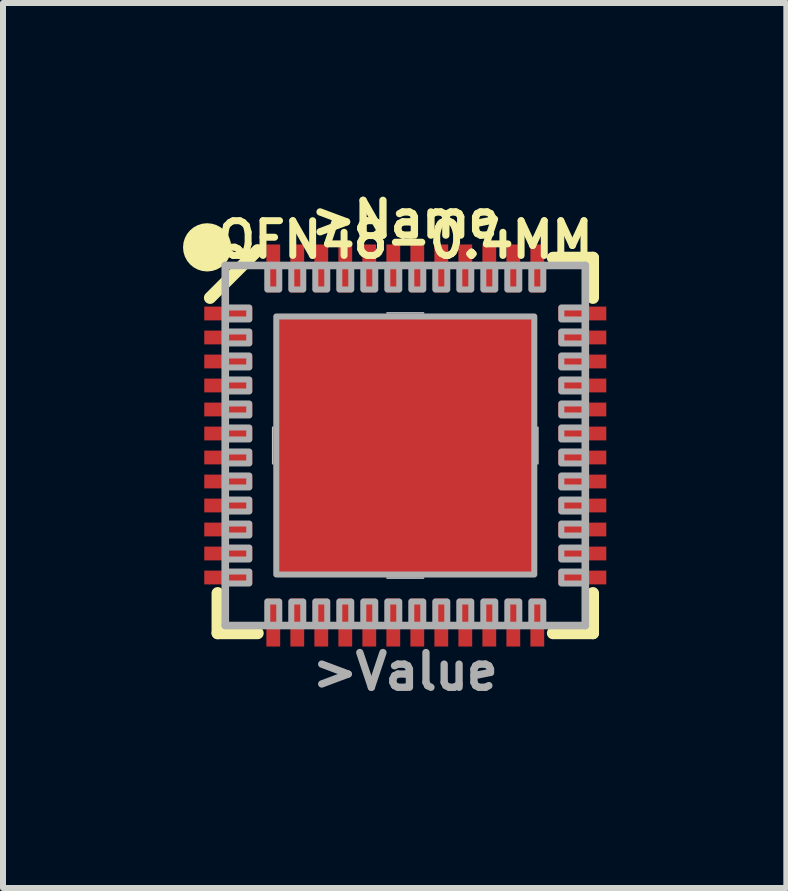
<source format=kicad_pcb>
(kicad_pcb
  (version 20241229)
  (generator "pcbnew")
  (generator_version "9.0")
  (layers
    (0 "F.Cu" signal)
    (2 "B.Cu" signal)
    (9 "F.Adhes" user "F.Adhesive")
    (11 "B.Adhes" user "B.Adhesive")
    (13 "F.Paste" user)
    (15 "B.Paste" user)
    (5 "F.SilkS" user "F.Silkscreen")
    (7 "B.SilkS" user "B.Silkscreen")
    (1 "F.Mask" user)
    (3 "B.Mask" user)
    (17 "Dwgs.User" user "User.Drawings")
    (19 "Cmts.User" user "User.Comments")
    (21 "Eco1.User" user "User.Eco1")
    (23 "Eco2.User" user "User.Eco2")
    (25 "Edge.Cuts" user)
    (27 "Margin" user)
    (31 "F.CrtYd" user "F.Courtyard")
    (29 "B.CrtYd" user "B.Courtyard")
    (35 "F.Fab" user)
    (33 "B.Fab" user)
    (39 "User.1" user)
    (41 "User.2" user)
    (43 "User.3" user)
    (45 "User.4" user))
  (footprint "QFN48-0.4MM"
    (layer "F.Cu")
    (at 3.704 4.374)
    (property "Reference" "QFN48-0.4MM" (at 0 -3.429 0) (layer "F.SilkS") (effects (font (size 0.579 0.579) (thickness 0.116))))
    (attr through_hole)
    (fp_line (start -3.127 2.461) (end -3.127 3.127) (stroke (width 0.203) (type solid)) (layer "F.SilkS"))
    (fp_line (start -3.127 3.127) (end -2.461 3.127) (stroke (width 0.203) (type solid)) (layer "F.SilkS"))
    (fp_line (start -2.461 -3.254) (end -3.254 -2.461) (stroke (width 0.203) (type solid)) (layer "F.SilkS"))
    (fp_line (start 2.461 3.127) (end 3.127 3.127) (stroke (width 0.203) (type solid)) (layer "F.SilkS"))
    (fp_line (start 3.127 -3.127) (end 2.461 -3.127) (stroke (width 0.203) (type solid)) (layer "F.SilkS"))
    (fp_line (start 3.127 -2.461) (end 3.127 -3.127) (stroke (width 0.203) (type solid)) (layer "F.SilkS"))
    (fp_line (start 3.127 3.127) (end 3.127 2.461) (stroke (width 0.203) (type solid)) (layer "F.SilkS"))
    (fp_circle (center -3.302 -3.302) (end -3.101 -3.302) (stroke (width 0.402) (type solid)) (fill no) (layer "F.SilkS"))
    (fp_poly (pts (xy -0.315 0.315) (xy -1.835 0.315) (xy -1.835 1.835) (xy -0.315 1.835)) (stroke (width 0) (type solid)) (fill yes) (layer "F.Paste"))
    (fp_poly (pts (xy -0.315 -0.315) (xy -0.315 -1.835) (xy -1.835 -1.835) (xy -1.835 -0.315)) (stroke (width 0) (type solid)) (fill yes) (layer "F.Paste"))
    (fp_poly (pts (xy 0.315 0.315) (xy 0.315 1.835) (xy 1.835 1.835) (xy 1.835 0.315)) (stroke (width 0) (type solid)) (fill yes) (layer "F.Paste"))
    (fp_poly (pts (xy 0.315 -0.315) (xy 1.835 -0.315) (xy 1.835 -1.835) (xy 0.315 -1.835)) (stroke (width 0) (type solid)) (fill yes) (layer "F.Paste"))
    (fp_line (start -2.21 0.305) (end -2.21 -0.305) (stroke (width 0.025) (type solid)) (layer "Dwgs.User"))
    (fp_line (start -0.305 -2.21) (end 0.305 -2.21) (stroke (width 0.025) (type solid)) (layer "Dwgs.User"))
    (fp_line (start 0.305 2.21) (end -0.305 2.21) (stroke (width 0.025) (type solid)) (layer "Dwgs.User"))
    (fp_line (start 2.21 -0.305) (end 2.21 0.305) (stroke (width 0.025) (type solid)) (layer "Dwgs.User"))
    (fp_line (start -3 -3) (end -3 3) (stroke (width 0.127) (type solid)) (layer "F.Fab"))
    (fp_line (start -3 3) (end 3 3) (stroke (width 0.127) (type solid)) (layer "F.Fab"))
    (fp_line (start 3 -3) (end -3 -3) (stroke (width 0.127) (type solid)) (layer "F.Fab"))
    (fp_line (start 3 3) (end 3 -3) (stroke (width 0.127) (type solid)) (layer "F.Fab"))
    (fp_poly (pts (xy -3 -2.1) (xy -2.6 -2.1) (xy -2.6 -2.3) (xy -3 -2.3)) (stroke (width 0.1) (type solid)) (fill no) (layer "F.Fab"))
    (fp_poly (pts (xy -3 -1.7) (xy -2.6 -1.7) (xy -2.6 -1.9) (xy -3 -1.9)) (stroke (width 0.1) (type solid)) (fill no) (layer "F.Fab"))
    (fp_poly (pts (xy -3 -1.3) (xy -2.6 -1.3) (xy -2.6 -1.5) (xy -3 -1.5)) (stroke (width 0.1) (type solid)) (fill no) (layer "F.Fab"))
    (fp_poly (pts (xy -3 -0.9) (xy -2.6 -0.9) (xy -2.6 -1.1) (xy -3 -1.1)) (stroke (width 0.1) (type solid)) (fill no) (layer "F.Fab"))
    (fp_poly (pts (xy -3 -0.5) (xy -2.6 -0.5) (xy -2.6 -0.7) (xy -3 -0.7)) (stroke (width 0.1) (type solid)) (fill no) (layer "F.Fab"))
    (fp_poly (pts (xy -3 -0.1) (xy -2.6 -0.1) (xy -2.6 -0.3) (xy -3 -0.3)) (stroke (width 0.1) (type solid)) (fill no) (layer "F.Fab"))
    (fp_poly (pts (xy -3 0.3) (xy -2.6 0.3) (xy -2.6 0.1) (xy -3 0.1)) (stroke (width 0.1) (type solid)) (fill no) (layer "F.Fab"))
    (fp_poly (pts (xy -3 0.7) (xy -2.6 0.7) (xy -2.6 0.5) (xy -3 0.5)) (stroke (width 0.1) (type solid)) (fill no) (layer "F.Fab"))
    (fp_poly (pts (xy -3 1.1) (xy -2.6 1.1) (xy -2.6 0.9) (xy -3 0.9)) (stroke (width 0.1) (type solid)) (fill no) (layer "F.Fab"))
    (fp_poly (pts (xy -3 1.5) (xy -2.6 1.5) (xy -2.6 1.3) (xy -3 1.3)) (stroke (width 0.1) (type solid)) (fill no) (layer "F.Fab"))
    (fp_poly (pts (xy -3 1.9) (xy -2.6 1.9) (xy -2.6 1.7) (xy -3 1.7)) (stroke (width 0.1) (type solid)) (fill no) (layer "F.Fab"))
    (fp_poly (pts (xy -3 2.3) (xy -2.6 2.3) (xy -2.6 2.1) (xy -3 2.1)) (stroke (width 0.1) (type solid)) (fill no) (layer "F.Fab"))
    (fp_poly (pts (xy -2.3 -3) (xy -2.3 -2.6) (xy -2.1 -2.6) (xy -2.1 -3)) (stroke (width 0.1) (type solid)) (fill no) (layer "F.Fab"))
    (fp_poly (pts (xy -2.1 3) (xy -2.1 2.6) (xy -2.3 2.6) (xy -2.3 3)) (stroke (width 0.1) (type solid)) (fill no) (layer "F.Fab"))
    (fp_poly (pts (xy -1.9 -3) (xy -1.9 -2.6) (xy -1.7 -2.6) (xy -1.7 -3)) (stroke (width 0.1) (type solid)) (fill no) (layer "F.Fab"))
    (fp_poly (pts (xy -1.7 3) (xy -1.7 2.6) (xy -1.9 2.6) (xy -1.9 3)) (stroke (width 0.1) (type solid)) (fill no) (layer "F.Fab"))
    (fp_poly (pts (xy -1.5 -3) (xy -1.5 -2.6) (xy -1.3 -2.6) (xy -1.3 -3)) (stroke (width 0.1) (type solid)) (fill no) (layer "F.Fab"))
    (fp_poly (pts (xy -1.3 3) (xy -1.3 2.6) (xy -1.5 2.6) (xy -1.5 3)) (stroke (width 0.1) (type solid)) (fill no) (layer "F.Fab"))
    (fp_poly (pts (xy -1.1 -3) (xy -1.1 -2.6) (xy -0.9 -2.6) (xy -0.9 -3)) (stroke (width 0.1) (type solid)) (fill no) (layer "F.Fab"))
    (fp_poly (pts (xy -0.9 3) (xy -0.9 2.6) (xy -1.1 2.6) (xy -1.1 3)) (stroke (width 0.1) (type solid)) (fill no) (layer "F.Fab"))
    (fp_poly (pts (xy -0.7 -3) (xy -0.7 -2.6) (xy -0.5 -2.6) (xy -0.5 -3)) (stroke (width 0.1) (type solid)) (fill no) (layer "F.Fab"))
    (fp_poly (pts (xy -0.5 3) (xy -0.5 2.6) (xy -0.7 2.6) (xy -0.7 3)) (stroke (width 0.1) (type solid)) (fill no) (layer "F.Fab"))
    (fp_poly (pts (xy -0.3 -3) (xy -0.3 -2.6) (xy -0.1 -2.6) (xy -0.1 -3)) (stroke (width 0.1) (type solid)) (fill no) (layer "F.Fab"))
    (fp_poly (pts (xy -0.1 3) (xy -0.1 2.6) (xy -0.3 2.6) (xy -0.3 3)) (stroke (width 0.1) (type solid)) (fill no) (layer "F.Fab"))
    (fp_poly (pts (xy 0.1 -3) (xy 0.1 -2.6) (xy 0.3 -2.6) (xy 0.3 -3)) (stroke (width 0.1) (type solid)) (fill no) (layer "F.Fab"))
    (fp_poly (pts (xy 0.3 3) (xy 0.3 2.6) (xy 0.1 2.6) (xy 0.1 3)) (stroke (width 0.1) (type solid)) (fill no) (layer "F.Fab"))
    (fp_poly (pts (xy 0.5 -3) (xy 0.5 -2.6) (xy 0.7 -2.6) (xy 0.7 -3)) (stroke (width 0.1) (type solid)) (fill no) (layer "F.Fab"))
    (fp_poly (pts (xy 0.7 3) (xy 0.7 2.6) (xy 0.5 2.6) (xy 0.5 3)) (stroke (width 0.1) (type solid)) (fill no) (layer "F.Fab"))
    (fp_poly (pts (xy 0.9 -3) (xy 0.9 -2.6) (xy 1.1 -2.6) (xy 1.1 -3)) (stroke (width 0.1) (type solid)) (fill no) (layer "F.Fab"))
    (fp_poly (pts (xy 1.1 3) (xy 1.1 2.6) (xy 0.9 2.6) (xy 0.9 3)) (stroke (width 0.1) (type solid)) (fill no) (layer "F.Fab"))
    (fp_poly (pts (xy 1.3 -3) (xy 1.3 -2.6) (xy 1.5 -2.6) (xy 1.5 -3)) (stroke (width 0.1) (type solid)) (fill no) (layer "F.Fab"))
    (fp_poly (pts (xy 1.5 3) (xy 1.5 2.6) (xy 1.3 2.6) (xy 1.3 3)) (stroke (width 0.1) (type solid)) (fill no) (layer "F.Fab"))
    (fp_poly (pts (xy 1.7 -3) (xy 1.7 -2.6) (xy 1.9 -2.6) (xy 1.9 -3)) (stroke (width 0.1) (type solid)) (fill no) (layer "F.Fab"))
    (fp_poly (pts (xy 1.9 3) (xy 1.9 2.6) (xy 1.7 2.6) (xy 1.7 3)) (stroke (width 0.1) (type solid)) (fill no) (layer "F.Fab"))
    (fp_poly (pts (xy 2.1 -3) (xy 2.1 -2.6) (xy 2.3 -2.6) (xy 2.3 -3)) (stroke (width 0.1) (type solid)) (fill no) (layer "F.Fab"))
    (fp_poly (pts (xy 2.15 -2.15) (xy -2.15 -2.15) (xy -2.15 2.15) (xy 2.15 2.15)) (stroke (width 0.1) (type solid)) (fill no) (layer "F.Fab"))
    (fp_poly (pts (xy 2.3 3) (xy 2.3 2.6) (xy 2.1 2.6) (xy 2.1 3)) (stroke (width 0.1) (type solid)) (fill no) (layer "F.Fab"))
    (fp_poly (pts (xy 3 -2.3) (xy 2.6 -2.3) (xy 2.6 -2.1) (xy 3 -2.1)) (stroke (width 0.1) (type solid)) (fill no) (layer "F.Fab"))
    (fp_poly (pts (xy 3 -1.9) (xy 2.6 -1.9) (xy 2.6 -1.7) (xy 3 -1.7)) (stroke (width 0.1) (type solid)) (fill no) (layer "F.Fab"))
    (fp_poly (pts (xy 3 -1.5) (xy 2.6 -1.5) (xy 2.6 -1.3) (xy 3 -1.3)) (stroke (width 0.1) (type solid)) (fill no) (layer "F.Fab"))
    (fp_poly (pts (xy 3 -1.1) (xy 2.6 -1.1) (xy 2.6 -0.9) (xy 3 -0.9)) (stroke (width 0.1) (type solid)) (fill no) (layer "F.Fab"))
    (fp_poly (pts (xy 3 -0.7) (xy 2.6 -0.7) (xy 2.6 -0.5) (xy 3 -0.5)) (stroke (width 0.1) (type solid)) (fill no) (layer "F.Fab"))
    (fp_poly (pts (xy 3 -0.3) (xy 2.6 -0.3) (xy 2.6 -0.1) (xy 3 -0.1)) (stroke (width 0.1) (type solid)) (fill no) (layer "F.Fab"))
    (fp_poly (pts (xy 3 0.1) (xy 2.6 0.1) (xy 2.6 0.3) (xy 3 0.3)) (stroke (width 0.1) (type solid)) (fill no) (layer "F.Fab"))
    (fp_poly (pts (xy 3 0.5) (xy 2.6 0.5) (xy 2.6 0.7) (xy 3 0.7)) (stroke (width 0.1) (type solid)) (fill no) (layer "F.Fab"))
    (fp_poly (pts (xy 3 0.9) (xy 2.6 0.9) (xy 2.6 1.1) (xy 3 1.1)) (stroke (width 0.1) (type solid)) (fill no) (layer "F.Fab"))
    (fp_poly (pts (xy 3 1.3) (xy 2.6 1.3) (xy 2.6 1.5) (xy 3 1.5)) (stroke (width 0.1) (type solid)) (fill no) (layer "F.Fab"))
    (fp_poly (pts (xy 3 1.7) (xy 2.6 1.7) (xy 2.6 1.9) (xy 3 1.9)) (stroke (width 0.1) (type solid)) (fill no) (layer "F.Fab"))
    (fp_poly (pts (xy 3 2.1) (xy 2.6 2.1) (xy 2.6 2.3) (xy 3 2.3)) (stroke (width 0.1) (type solid)) (fill no) (layer "F.Fab"))
    (fp_text user ">Name" (at 0 -3.429 0) (layer "F.SilkS") (effects (font (size 0.579 0.579) (thickness 0.122)) (justify bottom)))
    (fp_text user ">Value" (at 0 3.429 0) (layer "F.Fab") (effects (font (size 0.579 0.579) (thickness 0.122)) (justify top)))
    (pad "1" smd rect (at -2.95 -2.2 270) (size 0.23 0.8) (layers "F.Cu" "F.Mask" "F.Paste"))
    (pad "2" smd rect (at -2.95 -1.8 270) (size 0.23 0.8) (layers "F.Cu" "F.Mask" "F.Paste"))
    (pad "3" smd rect (at -2.95 -1.4 270) (size 0.23 0.8) (layers "F.Cu" "F.Mask" "F.Paste"))
    (pad "4" smd rect (at -2.95 -1 270) (size 0.23 0.8) (layers "F.Cu" "F.Mask" "F.Paste"))
    (pad "5" smd rect (at -2.95 -0.6 270) (size 0.23 0.8) (layers "F.Cu" "F.Mask" "F.Paste"))
    (pad "6" smd rect (at -2.95 -0.2 270) (size 0.23 0.8) (layers "F.Cu" "F.Mask" "F.Paste"))
    (pad "7" smd rect (at -2.95 0.2 270) (size 0.23 0.8) (layers "F.Cu" "F.Mask" "F.Paste"))
    (pad "8" smd rect (at -2.95 0.6 270) (size 0.23 0.8) (layers "F.Cu" "F.Mask" "F.Paste"))
    (pad "9" smd rect (at -2.95 1 270) (size 0.23 0.8) (layers "F.Cu" "F.Mask" "F.Paste"))
    (pad "10" smd rect (at -2.95 1.4 270) (size 0.23 0.8) (layers "F.Cu" "F.Mask" "F.Paste"))
    (pad "11" smd rect (at -2.95 1.8 270) (size 0.23 0.8) (layers "F.Cu" "F.Mask" "F.Paste"))
    (pad "12" smd rect (at -2.95 2.2 270) (size 0.23 0.8) (layers "F.Cu" "F.Mask" "F.Paste"))
    (pad "13" smd rect (at -2.2 2.95) (size 0.23 0.8) (layers "F.Cu" "F.Mask" "F.Paste"))
    (pad "14" smd rect (at -1.8 2.95) (size 0.23 0.8) (layers "F.Cu" "F.Mask" "F.Paste"))
    (pad "15" smd rect (at -1.4 2.95) (size 0.23 0.8) (layers "F.Cu" "F.Mask" "F.Paste"))
    (pad "16" smd rect (at -1 2.95) (size 0.23 0.8) (layers "F.Cu" "F.Mask" "F.Paste"))
    (pad "17" smd rect (at -0.6 2.95) (size 0.23 0.8) (layers "F.Cu" "F.Mask" "F.Paste"))
    (pad "18" smd rect (at -0.2 2.95) (size 0.23 0.8) (layers "F.Cu" "F.Mask" "F.Paste"))
    (pad "19" smd rect (at 0.2 2.95) (size 0.23 0.8) (layers "F.Cu" "F.Mask" "F.Paste"))
    (pad "20" smd rect (at 0.6 2.95) (size 0.23 0.8) (layers "F.Cu" "F.Mask" "F.Paste"))
    (pad "21" smd rect (at 1 2.95) (size 0.23 0.8) (layers "F.Cu" "F.Mask" "F.Paste"))
    (pad "22" smd rect (at 1.4 2.95) (size 0.23 0.8) (layers "F.Cu" "F.Mask" "F.Paste"))
    (pad "23" smd rect (at 1.8 2.95) (size 0.23 0.8) (layers "F.Cu" "F.Mask" "F.Paste"))
    (pad "24" smd rect (at 2.2 2.95) (size 0.23 0.8) (layers "F.Cu" "F.Mask" "F.Paste"))
    (pad "25" smd rect (at 2.95 2.2 90) (size 0.23 0.8) (layers "F.Cu" "F.Mask" "F.Paste"))
    (pad "26" smd rect (at 2.95 1.8 90) (size 0.23 0.8) (layers "F.Cu" "F.Mask" "F.Paste"))
    (pad "27" smd rect (at 2.95 1.4 90) (size 0.23 0.8) (layers "F.Cu" "F.Mask" "F.Paste"))
    (pad "28" smd rect (at 2.95 1 90) (size 0.23 0.8) (layers "F.Cu" "F.Mask" "F.Paste"))
    (pad "29" smd rect (at 2.95 0.6 90) (size 0.23 0.8) (layers "F.Cu" "F.Mask" "F.Paste"))
    (pad "30" smd rect (at 2.95 0.2 90) (size 0.23 0.8) (layers "F.Cu" "F.Mask" "F.Paste"))
    (pad "31" smd rect (at 2.95 -0.2 90) (size 0.23 0.8) (layers "F.Cu" "F.Mask" "F.Paste"))
    (pad "32" smd rect (at 2.95 -0.6 90) (size 0.23 0.8) (layers "F.Cu" "F.Mask" "F.Paste"))
    (pad "33" smd rect (at 2.95 -1 90) (size 0.23 0.8) (layers "F.Cu" "F.Mask" "F.Paste"))
    (pad "34" smd rect (at 2.95 -1.4 90) (size 0.23 0.8) (layers "F.Cu" "F.Mask" "F.Paste"))
    (pad "35" smd rect (at 2.95 -1.8 90) (size 0.23 0.8) (layers "F.Cu" "F.Mask" "F.Paste"))
    (pad "36" smd rect (at 2.95 -2.2 90) (size 0.23 0.8) (layers "F.Cu" "F.Mask" "F.Paste"))
    (pad "37" smd rect (at 2.2 -2.95 180) (size 0.23 0.8) (layers "F.Cu" "F.Mask" "F.Paste"))
    (pad "38" smd rect (at 1.8 -2.95 180) (size 0.23 0.8) (layers "F.Cu" "F.Mask" "F.Paste"))
    (pad "39" smd rect (at 1.4 -2.95 180) (size 0.23 0.8) (layers "F.Cu" "F.Mask" "F.Paste"))
    (pad "40" smd rect (at 1 -2.95 180) (size 0.23 0.8) (layers "F.Cu" "F.Mask" "F.Paste"))
    (pad "41" smd rect (at 0.6 -2.95 180) (size 0.23 0.8) (layers "F.Cu" "F.Mask" "F.Paste"))
    (pad "42" smd rect (at 0.2 -2.95 180) (size 0.23 0.8) (layers "F.Cu" "F.Mask" "F.Paste"))
    (pad "43" smd rect (at -0.2 -2.95 180) (size 0.23 0.8) (layers "F.Cu" "F.Mask" "F.Paste"))
    (pad "44" smd rect (at -0.6 -2.95 180) (size 0.23 0.8) (layers "F.Cu" "F.Mask" "F.Paste"))
    (pad "45" smd rect (at -1 -2.95 180) (size 0.23 0.8) (layers "F.Cu" "F.Mask" "F.Paste"))
    (pad "46" smd rect (at -1.4 -2.95 180) (size 0.23 0.8) (layers "F.Cu" "F.Mask" "F.Paste"))
    (pad "47" smd rect (at -1.8 -2.95 180) (size 0.23 0.8) (layers "F.Cu" "F.Mask" "F.Paste"))
    (pad "48" smd rect (at -2.2 -2.95 180) (size 0.23 0.8) (layers "F.Cu" "F.Mask" "F.Paste"))
    (pad "EP" smd rect (at 0 0) (size 4.3 4.3) (layers "F.Cu" "F.Mask")))
  (gr_rect
    (start -3 -3)
    (end 10.054 11.748)
    (stroke (width 0.1) (type default))
    (fill no)
    (layer "Edge.Cuts")))
</source>
